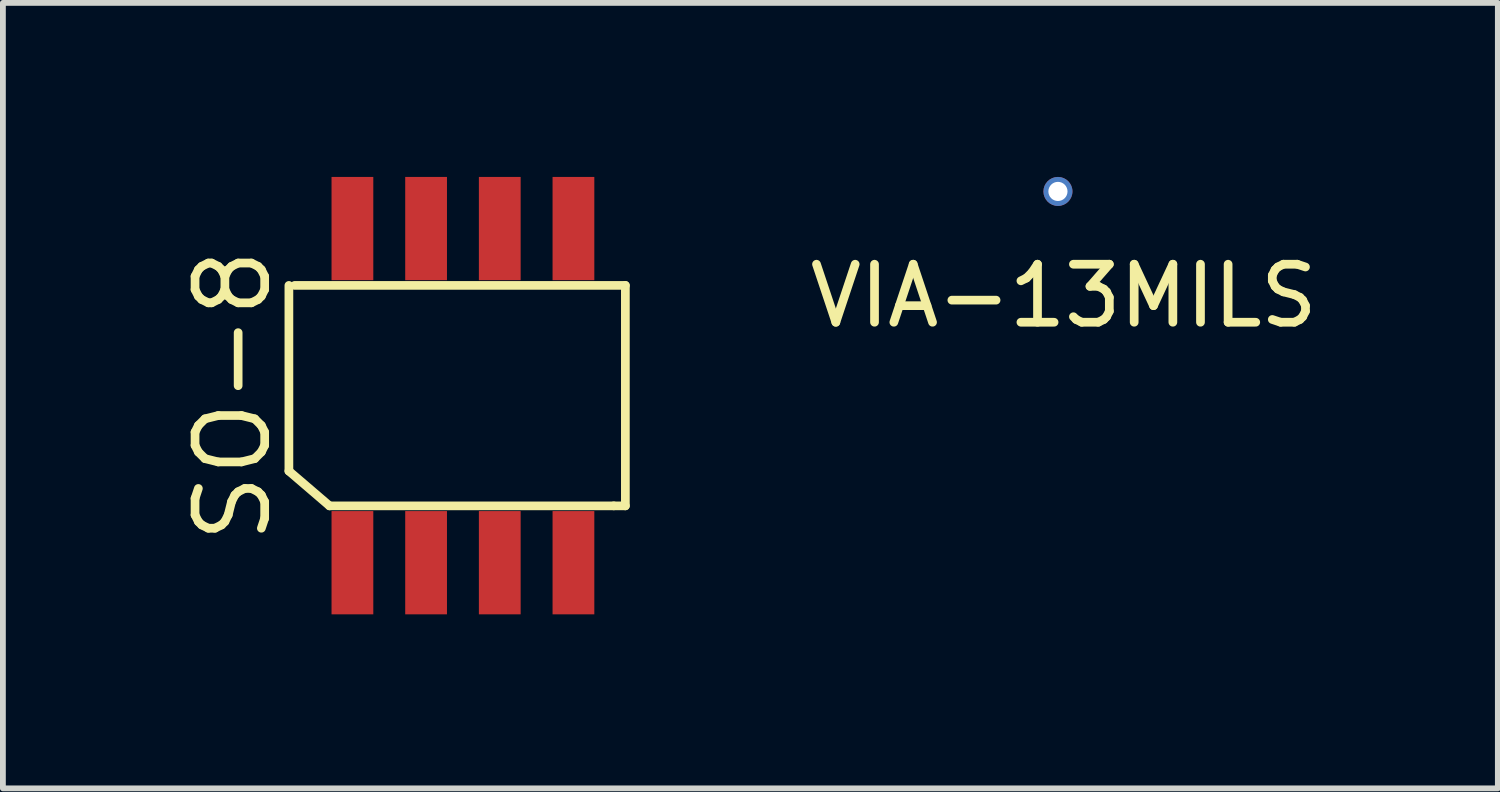
<source format=kicad_pcb>
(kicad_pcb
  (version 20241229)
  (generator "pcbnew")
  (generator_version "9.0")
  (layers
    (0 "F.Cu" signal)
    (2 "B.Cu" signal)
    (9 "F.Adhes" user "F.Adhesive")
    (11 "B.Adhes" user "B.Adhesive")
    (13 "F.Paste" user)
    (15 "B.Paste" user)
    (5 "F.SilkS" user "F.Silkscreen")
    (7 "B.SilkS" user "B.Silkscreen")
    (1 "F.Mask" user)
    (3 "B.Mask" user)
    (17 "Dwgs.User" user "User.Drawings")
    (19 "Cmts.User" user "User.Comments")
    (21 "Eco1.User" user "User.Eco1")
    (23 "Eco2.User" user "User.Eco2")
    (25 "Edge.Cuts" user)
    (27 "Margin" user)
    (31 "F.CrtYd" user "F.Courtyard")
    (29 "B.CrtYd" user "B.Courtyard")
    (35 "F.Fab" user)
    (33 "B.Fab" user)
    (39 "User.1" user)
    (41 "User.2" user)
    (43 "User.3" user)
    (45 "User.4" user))
  (footprint "VIA-13MILS"
    (layer "F.Cu")
    (at 15.187 0.25)
    (property "Reference" "VIA-13MILS" (at 0.1 1.8 0) (layer "F.SilkS") (effects (font (size 1 1) (thickness 0.15))))
    (attr through_hole)
    (pad "1" thru_hole circle (at 0 0) (size 0.5 0.5) (drill 0.33) (layers "*.Cu")))
  (footprint "SO-8"
    (layer "F.Cu")
    (at 4.93 3.77)
    (property "Reference" "SO-8" (at -3.965 0 90) (layer "F.SilkS") (effects (font (size 1.2 1.2) (thickness 0.15))))
    (attr through_hole)
    (fp_line (start -3 1.3) (end -3 -1.9) (stroke (width 0.15) (type solid)) (layer "F.SilkS"))
    (fp_line (start -2.9 -1.9) (end 2.8 -1.9) (stroke (width 0.15) (type solid)) (layer "F.SilkS"))
    (fp_line (start -2.3 1.9) (end -3 1.3) (stroke (width 0.15) (type solid)) (layer "F.SilkS"))
    (fp_line (start 2.6 1.9) (end -2.3 1.9) (stroke (width 0.15) (type solid)) (layer "F.SilkS"))
    (fp_line (start 2.8 -1.9) (end 2.8 1.9) (stroke (width 0.15) (type solid)) (layer "F.SilkS"))
    (fp_line (start 2.8 1.9) (end 2.6 1.9) (stroke (width 0.15) (type solid)) (layer "F.SilkS"))
    (pad "1" smd rect (at -1.905 2.88) (size 0.72 1.78) (layers "F.Cu" "F.Mask" "F.Paste"))
    (pad "2" smd rect (at -0.635 2.88) (size 0.72 1.78) (layers "F.Cu" "F.Mask" "F.Paste"))
    (pad "3" smd rect (at 0.635 2.88) (size 0.72 1.78) (layers "F.Cu" "F.Mask" "F.Paste"))
    (pad "4" smd rect (at 1.905 2.88) (size 0.72 1.78) (layers "F.Cu" "F.Mask" "F.Paste"))
    (pad "5" smd rect (at 1.905 -2.88) (size 0.72 1.78) (layers "F.Cu" "F.Mask" "F.Paste"))
    (pad "6" smd rect (at 0.635 -2.88) (size 0.72 1.78) (layers "F.Cu" "F.Mask" "F.Paste"))
    (pad "7" smd rect (at -0.635 -2.88) (size 0.72 1.78) (layers "F.Cu" "F.Mask" "F.Paste"))
    (pad "8" smd rect (at -1.905 -2.88) (size 0.72 1.78) (layers "F.Cu" "F.Mask" "F.Paste")))
  (gr_rect
    (start -3 -3)
    (end 22.77 10.54)
    (stroke (width 0.1) (type default))
    (fill no)
    (layer "Edge.Cuts")))
</source>
